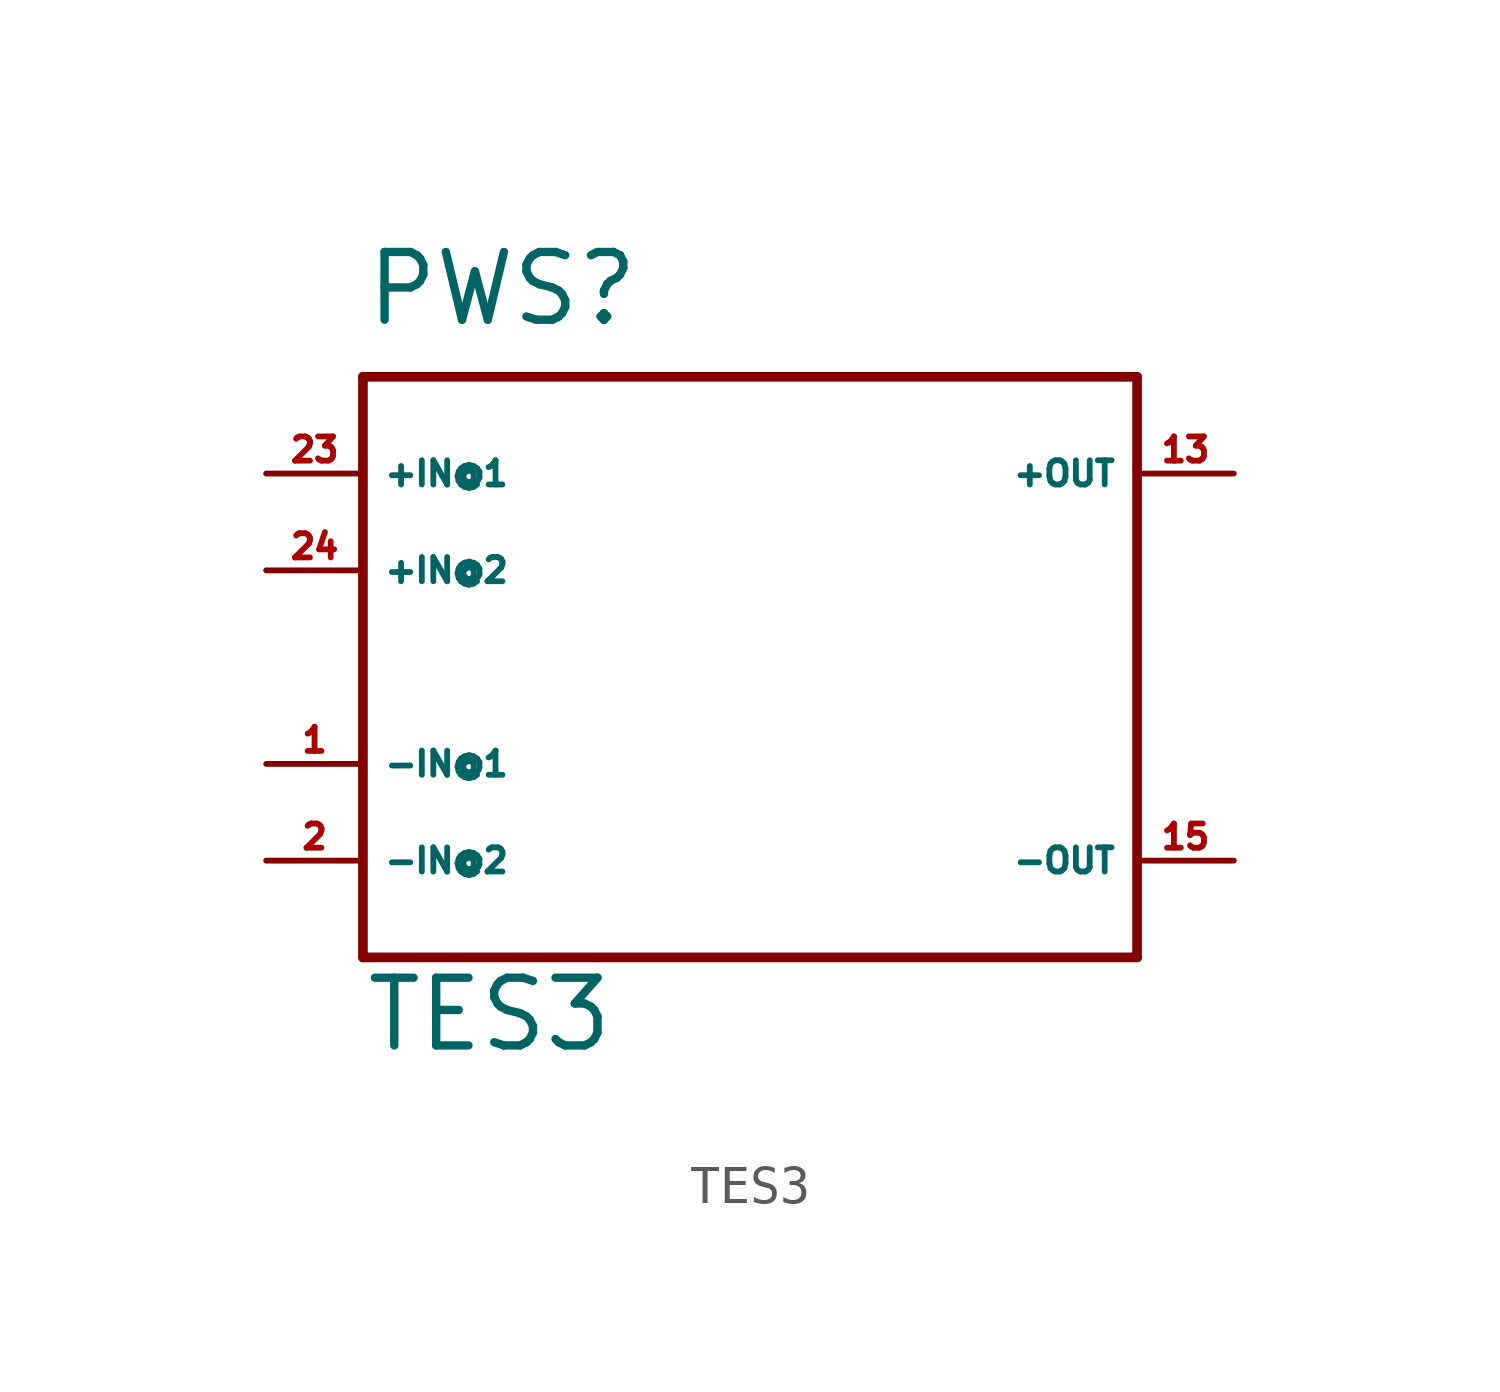
<source format=kicad_sym>
(kicad_symbol_lib
  (version 20220914)
  (generator Eagle2Kicad)
  (symbol "TES3"
    (property "Reference" "PWS"
      (at -10.16 8.89 0)
      (effects (font (size 1.778 1.778) (thickness 0.22)) (justify left bottom)))
    (property "Value" "TES3"
      (at -10.16 -10.16 0)
      (effects (font (size 1.778 1.778) (thickness 0.22)) (justify left bottom)))
    (polyline
      (pts (xy -10.16 7.62) (xy 10.16 7.62))
      (stroke (width 0.254) (type default))
      (fill (type none)))
    (polyline
      (pts (xy 10.16 7.62) (xy 10.16 -7.62))
      (stroke (width 0.254) (type default))
      (fill (type none)))
    (polyline
      (pts (xy 10.16 -7.62) (xy -10.16 -7.62))
      (stroke (width 0.254) (type default))
      (fill (type none)))
    (polyline
      (pts (xy -10.16 -7.62) (xy -10.16 7.62))
      (stroke (width 0.254) (type default))
      (fill (type none)))
    (pin output line
      (at 12.7 -5.08 180)
      (length 2.54)
      (name "-OUT" (effects (font (size 0.635 0.635) (thickness 0.08)) (justify left bottom)))
      (number "15" (effects (font (size 0.635 0.635) (thickness 0.08)) (justify left bottom))))
    (pin output line
      (at 12.7 5.08 180)
      (length 2.54)
      (name "+OUT" (effects (font (size 0.635 0.635) (thickness 0.08)) (justify left bottom)))
      (number "13" (effects (font (size 0.635 0.635) (thickness 0.08)) (justify left bottom))))
    (pin input line
      (at -12.7 5.08 0)
      (length 2.54)
      (name "+IN@1" (effects (font (size 0.635 0.635) (thickness 0.08)) (justify left bottom)))
      (number "23" (effects (font (size 0.635 0.635) (thickness 0.08)) (justify left bottom))))
    (pin input line
      (at -12.7 2.54 0)
      (length 2.54)
      (name "+IN@2" (effects (font (size 0.635 0.635) (thickness 0.08)) (justify left bottom)))
      (number "24" (effects (font (size 0.635 0.635) (thickness 0.08)) (justify left bottom))))
    (pin input line
      (at -12.7 -2.54 0)
      (length 2.54)
      (name "-IN@1" (effects (font (size 0.635 0.635) (thickness 0.08)) (justify left bottom)))
      (number "1" (effects (font (size 0.635 0.635) (thickness 0.08)) (justify left bottom))))
    (pin input line
      (at -12.7 -5.08 0)
      (length 2.54)
      (name "-IN@2" (effects (font (size 0.635 0.635) (thickness 0.08)) (justify left bottom)))
      (number "2" (effects (font (size 0.635 0.635) (thickness 0.08)) (justify left bottom))))))
</source>
